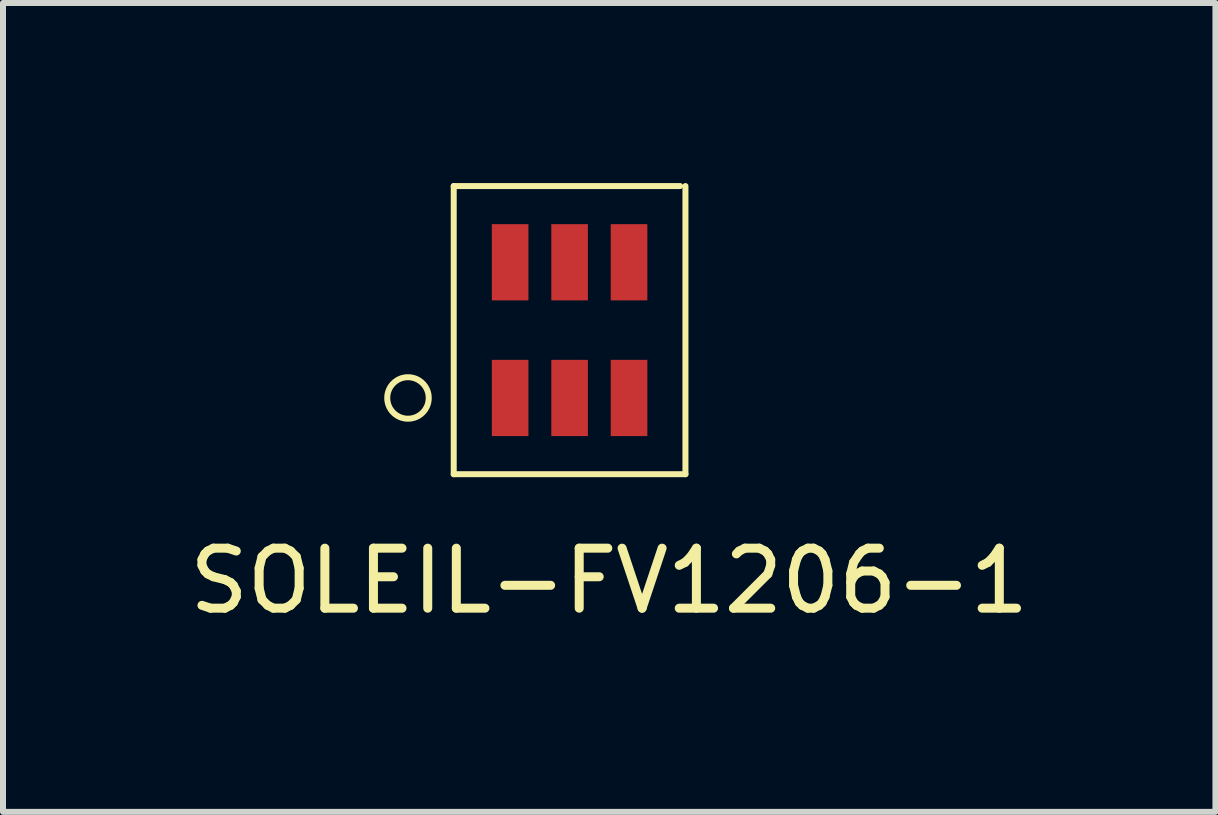
<source format=kicad_pcb>
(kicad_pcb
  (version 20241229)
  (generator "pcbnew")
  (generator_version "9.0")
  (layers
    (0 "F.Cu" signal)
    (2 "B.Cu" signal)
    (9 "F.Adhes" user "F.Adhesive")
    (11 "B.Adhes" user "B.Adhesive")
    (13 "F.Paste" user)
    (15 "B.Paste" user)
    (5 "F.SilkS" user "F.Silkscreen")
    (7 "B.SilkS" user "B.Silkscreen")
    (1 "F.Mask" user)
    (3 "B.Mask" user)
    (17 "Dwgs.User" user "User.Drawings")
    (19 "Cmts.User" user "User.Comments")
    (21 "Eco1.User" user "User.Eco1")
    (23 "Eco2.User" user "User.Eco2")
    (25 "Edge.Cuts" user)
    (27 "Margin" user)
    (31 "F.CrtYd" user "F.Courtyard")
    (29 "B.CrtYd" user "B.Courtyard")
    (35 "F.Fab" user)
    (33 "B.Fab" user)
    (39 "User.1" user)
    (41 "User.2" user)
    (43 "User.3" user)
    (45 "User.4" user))
  (footprint "SOLEIL-FV1206-1"
    (layer "F.Cu")
    (at 5.45 3.581)
    (property "Reference" "SOLEIL-FV1206-1" (at 1.651 3.048 0) (layer "F.SilkS") (effects (font (size 1 1) (thickness 0.15))))
    (attr smd)
    (fp_line (start -0.94 -3.531) (end -0.94 1.27) (stroke (width 0.1) (type solid)) (layer "F.SilkS"))
    (fp_line (start -0.94 -3.531) (end 2.832 -3.531) (stroke (width 0.1) (type solid)) (layer "F.SilkS"))
    (fp_line (start 2.921 -3.531) (end 2.921 1.27) (stroke (width 0.1) (type solid)) (layer "F.SilkS"))
    (fp_line (start 2.921 1.27) (end -0.94 1.27) (stroke (width 0.1) (type solid)) (layer "F.SilkS"))
    (fp_circle (center -1.702 0) (end -1.422 0.203) (stroke (width 0.1) (type solid)) (fill no) (layer "F.SilkS"))
    (pad "1" smd rect (at 0 0) (size 0.61 1.27) (layers "F.Cu" "F.Mask" "F.Paste"))
    (pad "2" smd rect (at 0.991 0) (size 0.61 1.27) (layers "F.Cu" "F.Mask" "F.Paste"))
    (pad "3" smd rect (at 1.981 0) (size 0.61 1.27) (layers "F.Cu" "F.Mask" "F.Paste"))
    (pad "4" smd rect (at 1.981 -2.261) (size 0.61 1.27) (layers "F.Cu" "F.Mask" "F.Paste"))
    (pad "5" smd rect (at 0.991 -2.261) (size 0.61 1.27) (layers "F.Cu" "F.Mask" "F.Paste"))
    (pad "6" smd rect (at 0 -2.261) (size 0.61 1.27) (layers "F.Cu" "F.Mask" "F.Paste")))
  (gr_rect
    (start -3 -3)
    (end 17.202 10.477)
    (stroke (width 0.1) (type default))
    (fill no)
    (layer "Edge.Cuts")))
</source>
